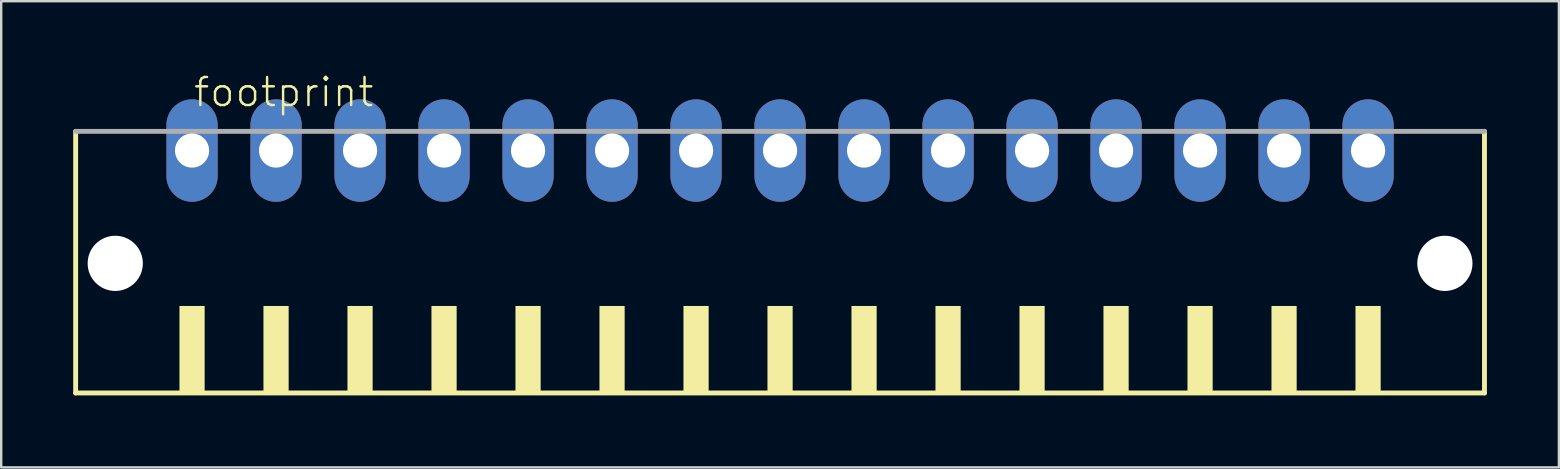
<source format=kicad_pcb>
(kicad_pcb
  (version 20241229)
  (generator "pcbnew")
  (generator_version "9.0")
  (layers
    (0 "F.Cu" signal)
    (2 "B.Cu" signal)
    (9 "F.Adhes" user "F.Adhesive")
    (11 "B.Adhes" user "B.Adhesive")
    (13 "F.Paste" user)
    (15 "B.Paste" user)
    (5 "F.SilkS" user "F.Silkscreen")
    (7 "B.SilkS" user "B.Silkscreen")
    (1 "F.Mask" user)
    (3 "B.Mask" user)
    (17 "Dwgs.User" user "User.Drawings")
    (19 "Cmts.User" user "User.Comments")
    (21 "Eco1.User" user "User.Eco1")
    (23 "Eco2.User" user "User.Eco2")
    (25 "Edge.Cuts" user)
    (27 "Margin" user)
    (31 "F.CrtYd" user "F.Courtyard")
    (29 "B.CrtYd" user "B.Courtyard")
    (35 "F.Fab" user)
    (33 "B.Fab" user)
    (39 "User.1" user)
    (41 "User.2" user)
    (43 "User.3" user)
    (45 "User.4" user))
  (footprint "footprint"
    (layer "F.Cu")
    (at 29.452 8.473)
    (property "Reference" "footprint" (at -24.5 -7 0) (layer "F.SilkS") (effects (font (size 1.168 1.168) (thickness 0.102)) (justify left bottom)))
    (fp_line (start -29.35 -6.05) (end -29.35 4.85) (stroke (width 0.203) (type solid)) (layer "F.SilkS"))
    (fp_line (start -29.35 4.85) (end 29.35 4.85) (stroke (width 0.203) (type solid)) (layer "F.SilkS"))
    (fp_line (start 29.35 4.85) (end 29.35 -6.05) (stroke (width 0.203) (type solid)) (layer "F.SilkS"))
    (fp_poly (pts (xy -25.025 4.9) (xy -23.975 4.9) (xy -23.975 1.225) (xy -25.025 1.225)) (stroke (width 0) (type solid)) (fill yes) (layer "F.SilkS"))
    (fp_poly (pts (xy -21.525 4.9) (xy -20.475 4.9) (xy -20.475 1.225) (xy -21.525 1.225)) (stroke (width 0) (type solid)) (fill yes) (layer "F.SilkS"))
    (fp_poly (pts (xy -18.025 4.9) (xy -16.975 4.9) (xy -16.975 1.225) (xy -18.025 1.225)) (stroke (width 0) (type solid)) (fill yes) (layer "F.SilkS"))
    (fp_poly (pts (xy -14.525 4.9) (xy -13.475 4.9) (xy -13.475 1.225) (xy -14.525 1.225)) (stroke (width 0) (type solid)) (fill yes) (layer "F.SilkS"))
    (fp_poly (pts (xy -11.025 4.9) (xy -9.975 4.9) (xy -9.975 1.225) (xy -11.025 1.225)) (stroke (width 0) (type solid)) (fill yes) (layer "F.SilkS"))
    (fp_poly (pts (xy -7.525 4.9) (xy -6.475 4.9) (xy -6.475 1.225) (xy -7.525 1.225)) (stroke (width 0) (type solid)) (fill yes) (layer "F.SilkS"))
    (fp_poly (pts (xy -4.025 4.9) (xy -2.975 4.9) (xy -2.975 1.225) (xy -4.025 1.225)) (stroke (width 0) (type solid)) (fill yes) (layer "F.SilkS"))
    (fp_poly (pts (xy -0.525 4.9) (xy 0.525 4.9) (xy 0.525 1.225) (xy -0.525 1.225)) (stroke (width 0) (type solid)) (fill yes) (layer "F.SilkS"))
    (fp_poly (pts (xy 2.975 4.9) (xy 4.025 4.9) (xy 4.025 1.225) (xy 2.975 1.225)) (stroke (width 0) (type solid)) (fill yes) (layer "F.SilkS"))
    (fp_poly (pts (xy 6.475 4.9) (xy 7.525 4.9) (xy 7.525 1.225) (xy 6.475 1.225)) (stroke (width 0) (type solid)) (fill yes) (layer "F.SilkS"))
    (fp_poly (pts (xy 9.975 4.9) (xy 11.025 4.9) (xy 11.025 1.225) (xy 9.975 1.225)) (stroke (width 0) (type solid)) (fill yes) (layer "F.SilkS"))
    (fp_poly (pts (xy 13.475 4.9) (xy 14.525 4.9) (xy 14.525 1.225) (xy 13.475 1.225)) (stroke (width 0) (type solid)) (fill yes) (layer "F.SilkS"))
    (fp_poly (pts (xy 16.975 4.9) (xy 18.025 4.9) (xy 18.025 1.225) (xy 16.975 1.225)) (stroke (width 0) (type solid)) (fill yes) (layer "F.SilkS"))
    (fp_poly (pts (xy 20.475 4.9) (xy 21.525 4.9) (xy 21.525 1.225) (xy 20.475 1.225)) (stroke (width 0) (type solid)) (fill yes) (layer "F.SilkS"))
    (fp_poly (pts (xy 23.975 4.9) (xy 25.025 4.9) (xy 25.025 1.225) (xy 23.975 1.225)) (stroke (width 0) (type solid)) (fill yes) (layer "F.SilkS"))
    (fp_line (start 29.35 -6.05) (end -29.35 -6.05) (stroke (width 0.203) (type solid)) (layer "F.Fab"))
    (pad "" np_thru_hole circle (at -27.7 -0.55) (size 2.3 2.3) (drill 2.3) (layers "*.Cu" "*.Mask"))
    (pad "" np_thru_hole circle (at 27.7 -0.55) (size 2.3 2.3) (drill 2.3) (layers "*.Cu" "*.Mask"))
    (pad "1" thru_hole oval (at -24.5 -5.25 90) (size 4.267 2.134) (drill 1.422) (layers "*.Cu" "*.Mask"))
    (pad "2" thru_hole oval (at -21 -5.25 90) (size 4.267 2.134) (drill 1.422) (layers "*.Cu" "*.Mask"))
    (pad "3" thru_hole oval (at -17.5 -5.25 90) (size 4.267 2.134) (drill 1.422) (layers "*.Cu" "*.Mask"))
    (pad "4" thru_hole oval (at -14 -5.25 90) (size 4.267 2.134) (drill 1.422) (layers "*.Cu" "*.Mask"))
    (pad "5" thru_hole oval (at -10.5 -5.25 90) (size 4.267 2.134) (drill 1.422) (layers "*.Cu" "*.Mask"))
    (pad "6" thru_hole oval (at -7 -5.25 90) (size 4.267 2.134) (drill 1.422) (layers "*.Cu" "*.Mask"))
    (pad "7" thru_hole oval (at -3.5 -5.25 90) (size 4.267 2.134) (drill 1.422) (layers "*.Cu" "*.Mask"))
    (pad "8" thru_hole oval (at 0 -5.25 90) (size 4.267 2.134) (drill 1.422) (layers "*.Cu" "*.Mask"))
    (pad "9" thru_hole oval (at 3.5 -5.25 90) (size 4.267 2.134) (drill 1.422) (layers "*.Cu" "*.Mask"))
    (pad "10" thru_hole oval (at 7 -5.25 90) (size 4.267 2.134) (drill 1.422) (layers "*.Cu" "*.Mask"))
    (pad "11" thru_hole oval (at 10.5 -5.25 90) (size 4.267 2.134) (drill 1.422) (layers "*.Cu" "*.Mask"))
    (pad "12" thru_hole oval (at 14 -5.25 90) (size 4.267 2.134) (drill 1.422) (layers "*.Cu" "*.Mask"))
    (pad "13" thru_hole oval (at 17.5 -5.25 90) (size 4.267 2.134) (drill 1.422) (layers "*.Cu" "*.Mask"))
    (pad "14" thru_hole oval (at 21 -5.25 90) (size 4.267 2.134) (drill 1.422) (layers "*.Cu" "*.Mask"))
    (pad "15" thru_hole oval (at 24.5 -5.25 90) (size 4.267 2.134) (drill 1.422) (layers "*.Cu" "*.Mask")))
  (gr_rect
    (start -3 -3)
    (end 61.903 16.425)
    (stroke (width 0.1) (type default))
    (fill no)
    (layer "Edge.Cuts")))
</source>
